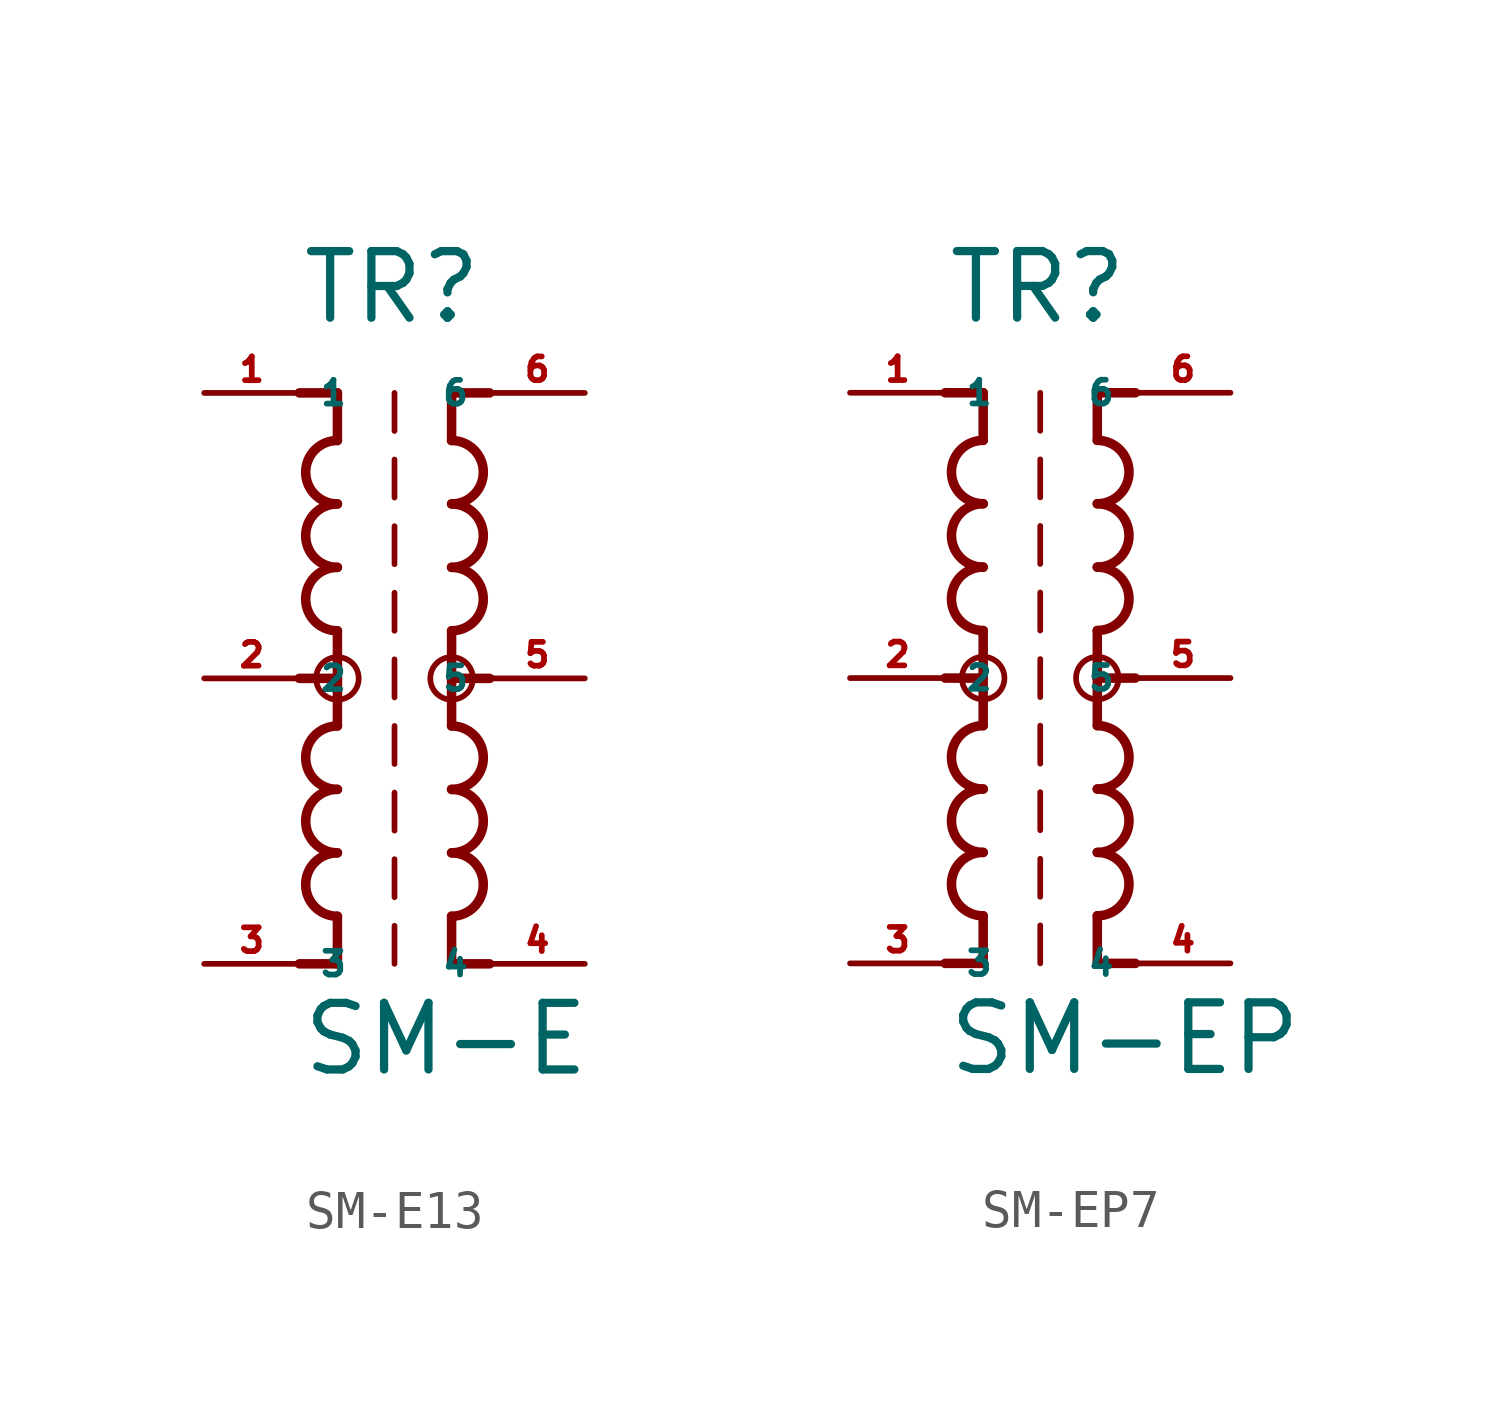
<source format=kicad_sym>
(kicad_symbol_lib
  (version 20220914)
  (generator kicad_symbol_editor)
  (symbol "SM-E13"
    (property "Reference" "TR"
      (at -2.54 9.398 0)
      (effects (font (size 1.778 1.778) (thickness 0.22)) (justify left bottom)))
    (property "Value" "SM-E"
      (at -2.54 -10.668 0)
      (effects (font (size 1.778 1.778) (thickness 0.22)) (justify left bottom)))
    (symbol "SM-E13_1_1"
      (arc (start -1.524 -4.6566) (mid -2.3704 -5.5033) (end -1.524 -6.35) (stroke (width 0.254) (type default)) (fill (type none)))
      (arc (start -1.524 -2.9632) (mid -2.3704 -3.8099) (end -1.524 -4.6566) (stroke (width 0.254) (type default)) (fill (type none)))
      (arc (start -1.524 -1.27) (mid -2.3704 -2.1167) (end -1.524 -2.9634) (stroke (width 0.254) (type default)) (fill (type none)))
      (circle (center -1.524 0) (radius 0.568) (stroke (width 0) (type default)) (fill (type none)))
      (arc (start -1.524 2.9634) (mid -2.3704 2.1167) (end -1.524 1.27) (stroke (width 0.254) (type default)) (fill (type none)))
      (arc (start -1.524 4.6566) (mid -2.3702 3.81) (end -1.524 2.9634) (stroke (width 0.254) (type default)) (fill (type none)))
      (arc (start -1.524 6.35) (mid -2.3704 5.5033) (end -1.524 4.6566) (stroke (width 0.254) (type default)) (fill (type none)))
      (polyline (pts (xy -2.54 7.62) (xy -1.524 7.62)) (stroke (width 0.254) (type default)) (fill (type none)))
      (polyline (pts (xy -1.524 -7.62) (xy -2.54 -7.62)) (stroke (width 0.254) (type default)) (fill (type none)))
      (polyline (pts (xy -1.524 -6.35) (xy -1.524 -7.62)) (stroke (width 0.254) (type default)) (fill (type none)))
      (polyline (pts (xy -1.524 0) (xy -2.54 0)) (stroke (width 0.254) (type default)) (fill (type none)))
      (polyline (pts (xy -1.524 0) (xy -1.524 -1.27)) (stroke (width 0.254) (type default)) (fill (type none)))
      (polyline (pts (xy -1.524 1.27) (xy -1.524 0)) (stroke (width 0.254) (type default)) (fill (type none)))
      (polyline (pts (xy -1.524 7.62) (xy -1.524 6.35)) (stroke (width 0.254) (type default)) (fill (type none)))
      (polyline (pts (xy 0 -7.62) (xy 0 -6.604)) (stroke (width 0.152) (type default)) (fill (type none)))
      (polyline (pts (xy 0 -5.842) (xy 0 -4.826)) (stroke (width 0.152) (type default)) (fill (type none)))
      (polyline (pts (xy 0 -4.064) (xy 0 -3.048)) (stroke (width 0.152) (type default)) (fill (type none)))
      (polyline (pts (xy 0 -2.286) (xy 0 -1.27)) (stroke (width 0.152) (type default)) (fill (type none)))
      (polyline (pts (xy 0 -0.508) (xy 0 0.508)) (stroke (width 0.152) (type default)) (fill (type none)))
      (polyline (pts (xy 0 1.27) (xy 0 2.286)) (stroke (width 0.152) (type default)) (fill (type none)))
      (polyline (pts (xy 0 3.048) (xy 0 4.064)) (stroke (width 0.152) (type default)) (fill (type none)))
      (polyline (pts (xy 0 4.826) (xy 0 5.842)) (stroke (width 0.152) (type default)) (fill (type none)))
      (polyline (pts (xy 0 6.604) (xy 0 7.62)) (stroke (width 0.152) (type default)) (fill (type none)))
      (polyline (pts (xy 1.524 -7.62) (xy 1.524 -6.35)) (stroke (width 0.254) (type default)) (fill (type none)))
      (polyline (pts (xy 1.524 -1.27) (xy 1.524 0)) (stroke (width 0.254) (type default)) (fill (type none)))
      (polyline (pts (xy 1.524 0) (xy 1.524 1.27)) (stroke (width 0.254) (type default)) (fill (type none)))
      (polyline (pts (xy 1.524 0) (xy 2.54 0)) (stroke (width 0.254) (type default)) (fill (type none)))
      (polyline (pts (xy 1.524 6.35) (xy 1.524 7.62)) (stroke (width 0.254) (type default)) (fill (type none)))
      (polyline (pts (xy 1.524 7.62) (xy 2.54 7.62)) (stroke (width 0.254) (type default)) (fill (type none)))
      (polyline (pts (xy 2.54 -7.62) (xy 1.524 -7.62)) (stroke (width 0.254) (type default)) (fill (type none)))
      (arc (start 1.524 -6.35) (mid 2.3704 -5.5033) (end 1.524 -4.6566) (stroke (width 0.254) (type default)) (fill (type none)))
      (arc (start 1.524 -4.6566) (mid 2.3702 -3.81) (end 1.524 -2.9634) (stroke (width 0.254) (type default)) (fill (type none)))
      (arc (start 1.524 -2.9634) (mid 2.3704 -2.1167) (end 1.524 -1.27) (stroke (width 0.254) (type default)) (fill (type none)))
      (circle (center 1.524 0) (radius 0.568) (stroke (width 0) (type default)) (fill (type none)))
      (arc (start 1.524 1.27) (mid 2.3704 2.1167) (end 1.524 2.9634) (stroke (width 0.254) (type default)) (fill (type none)))
      (arc (start 1.524 2.9632) (mid 2.3704 3.8099) (end 1.524 4.6566) (stroke (width 0.254) (type default)) (fill (type none)))
      (arc (start 1.524 4.6566) (mid 2.3704 5.5033) (end 1.524 6.35) (stroke (width 0.254) (type default)) (fill (type none)))
      (pin passive line (at -5.08 7.62 0) (length 2.54) (name "1" (effects (font (size 0.635 0.635)))) (number "1" (effects (font (size 0.635 0.635)))))
      (pin passive line (at -5.08 0 0) (length 2.54) (name "2" (effects (font (size 0.635 0.635)))) (number "2" (effects (font (size 0.635 0.635)))))
      (pin passive line (at -5.08 -7.62 0) (length 2.54) (name "3" (effects (font (size 0.635 0.635)))) (number "3" (effects (font (size 0.635 0.635)))))
      (pin passive line (at 5.08 -7.62 180) (length 2.54) (name "4" (effects (font (size 0.635 0.635)))) (number "4" (effects (font (size 0.635 0.635)))))
      (pin passive line (at 5.08 0 180) (length 2.54) (name "5" (effects (font (size 0.635 0.635)))) (number "5" (effects (font (size 0.635 0.635)))))
      (pin passive line (at 5.08 7.62 180) (length 2.54) (name "6" (effects (font (size 0.635 0.635)))) (number "6" (effects (font (size 0.635 0.635)))))))
  (symbol "SM-EP7"
    (property "Reference" "TR"
      (at -2.54 9.398 0)
      (effects (font (size 1.778 1.778) (thickness 0.22)) (justify left bottom)))
    (property "Value" "SM-EP"
      (at -2.54 -10.668 0)
      (effects (font (size 1.778 1.778) (thickness 0.22)) (justify left bottom)))
    (symbol "SM-EP7_1_1"
      (arc (start -1.524 -4.6566) (mid -2.3704 -5.5033) (end -1.524 -6.35) (stroke (width 0.254) (type default)) (fill (type none)))
      (arc (start -1.524 -2.9632) (mid -2.3704 -3.8099) (end -1.524 -4.6566) (stroke (width 0.254) (type default)) (fill (type none)))
      (arc (start -1.524 -1.27) (mid -2.3704 -2.1167) (end -1.524 -2.9634) (stroke (width 0.254) (type default)) (fill (type none)))
      (circle (center -1.524 0) (radius 0.568) (stroke (width 0) (type default)) (fill (type none)))
      (arc (start -1.524 2.9634) (mid -2.3704 2.1167) (end -1.524 1.27) (stroke (width 0.254) (type default)) (fill (type none)))
      (arc (start -1.524 4.6566) (mid -2.3702 3.81) (end -1.524 2.9634) (stroke (width 0.254) (type default)) (fill (type none)))
      (arc (start -1.524 6.35) (mid -2.3704 5.5033) (end -1.524 4.6566) (stroke (width 0.254) (type default)) (fill (type none)))
      (polyline (pts (xy -2.54 7.62) (xy -1.524 7.62)) (stroke (width 0.254) (type default)) (fill (type none)))
      (polyline (pts (xy -1.524 -7.62) (xy -2.54 -7.62)) (stroke (width 0.254) (type default)) (fill (type none)))
      (polyline (pts (xy -1.524 -6.35) (xy -1.524 -7.62)) (stroke (width 0.254) (type default)) (fill (type none)))
      (polyline (pts (xy -1.524 0) (xy -2.54 0)) (stroke (width 0.254) (type default)) (fill (type none)))
      (polyline (pts (xy -1.524 0) (xy -1.524 -1.27)) (stroke (width 0.254) (type default)) (fill (type none)))
      (polyline (pts (xy -1.524 1.27) (xy -1.524 0)) (stroke (width 0.254) (type default)) (fill (type none)))
      (polyline (pts (xy -1.524 7.62) (xy -1.524 6.35)) (stroke (width 0.254) (type default)) (fill (type none)))
      (polyline (pts (xy 0 -7.62) (xy 0 -6.604)) (stroke (width 0.152) (type default)) (fill (type none)))
      (polyline (pts (xy 0 -5.842) (xy 0 -4.826)) (stroke (width 0.152) (type default)) (fill (type none)))
      (polyline (pts (xy 0 -4.064) (xy 0 -3.048)) (stroke (width 0.152) (type default)) (fill (type none)))
      (polyline (pts (xy 0 -2.286) (xy 0 -1.27)) (stroke (width 0.152) (type default)) (fill (type none)))
      (polyline (pts (xy 0 -0.508) (xy 0 0.508)) (stroke (width 0.152) (type default)) (fill (type none)))
      (polyline (pts (xy 0 1.27) (xy 0 2.286)) (stroke (width 0.152) (type default)) (fill (type none)))
      (polyline (pts (xy 0 3.048) (xy 0 4.064)) (stroke (width 0.152) (type default)) (fill (type none)))
      (polyline (pts (xy 0 4.826) (xy 0 5.842)) (stroke (width 0.152) (type default)) (fill (type none)))
      (polyline (pts (xy 0 6.604) (xy 0 7.62)) (stroke (width 0.152) (type default)) (fill (type none)))
      (polyline (pts (xy 1.524 -7.62) (xy 1.524 -6.35)) (stroke (width 0.254) (type default)) (fill (type none)))
      (polyline (pts (xy 1.524 -1.27) (xy 1.524 0)) (stroke (width 0.254) (type default)) (fill (type none)))
      (polyline (pts (xy 1.524 0) (xy 1.524 1.27)) (stroke (width 0.254) (type default)) (fill (type none)))
      (polyline (pts (xy 1.524 0) (xy 2.54 0)) (stroke (width 0.254) (type default)) (fill (type none)))
      (polyline (pts (xy 1.524 6.35) (xy 1.524 7.62)) (stroke (width 0.254) (type default)) (fill (type none)))
      (polyline (pts (xy 1.524 7.62) (xy 2.54 7.62)) (stroke (width 0.254) (type default)) (fill (type none)))
      (polyline (pts (xy 2.54 -7.62) (xy 1.524 -7.62)) (stroke (width 0.254) (type default)) (fill (type none)))
      (arc (start 1.524 -6.35) (mid 2.3704 -5.5033) (end 1.524 -4.6566) (stroke (width 0.254) (type default)) (fill (type none)))
      (arc (start 1.524 -4.6566) (mid 2.3702 -3.81) (end 1.524 -2.9634) (stroke (width 0.254) (type default)) (fill (type none)))
      (arc (start 1.524 -2.9634) (mid 2.3704 -2.1167) (end 1.524 -1.27) (stroke (width 0.254) (type default)) (fill (type none)))
      (circle (center 1.524 0) (radius 0.568) (stroke (width 0) (type default)) (fill (type none)))
      (arc (start 1.524 1.27) (mid 2.3704 2.1167) (end 1.524 2.9634) (stroke (width 0.254) (type default)) (fill (type none)))
      (arc (start 1.524 2.9632) (mid 2.3704 3.8099) (end 1.524 4.6566) (stroke (width 0.254) (type default)) (fill (type none)))
      (arc (start 1.524 4.6566) (mid 2.3704 5.5033) (end 1.524 6.35) (stroke (width 0.254) (type default)) (fill (type none)))
      (pin passive line (at -5.08 7.62 0) (length 2.54) (name "1" (effects (font (size 0.635 0.635)))) (number "1" (effects (font (size 0.635 0.635)))))
      (pin passive line (at -5.08 0 0) (length 2.54) (name "2" (effects (font (size 0.635 0.635)))) (number "2" (effects (font (size 0.635 0.635)))))
      (pin passive line (at -5.08 -7.62 0) (length 2.54) (name "3" (effects (font (size 0.635 0.635)))) (number "3" (effects (font (size 0.635 0.635)))))
      (pin passive line (at 5.08 -7.62 180) (length 2.54) (name "4" (effects (font (size 0.635 0.635)))) (number "4" (effects (font (size 0.635 0.635)))))
      (pin passive line (at 5.08 0 180) (length 2.54) (name "5" (effects (font (size 0.635 0.635)))) (number "5" (effects (font (size 0.635 0.635)))))
      (pin passive line (at 5.08 7.62 180) (length 2.54) (name "6" (effects (font (size 0.635 0.635)))) (number "6" (effects (font (size 0.635 0.635))))))))
</source>
